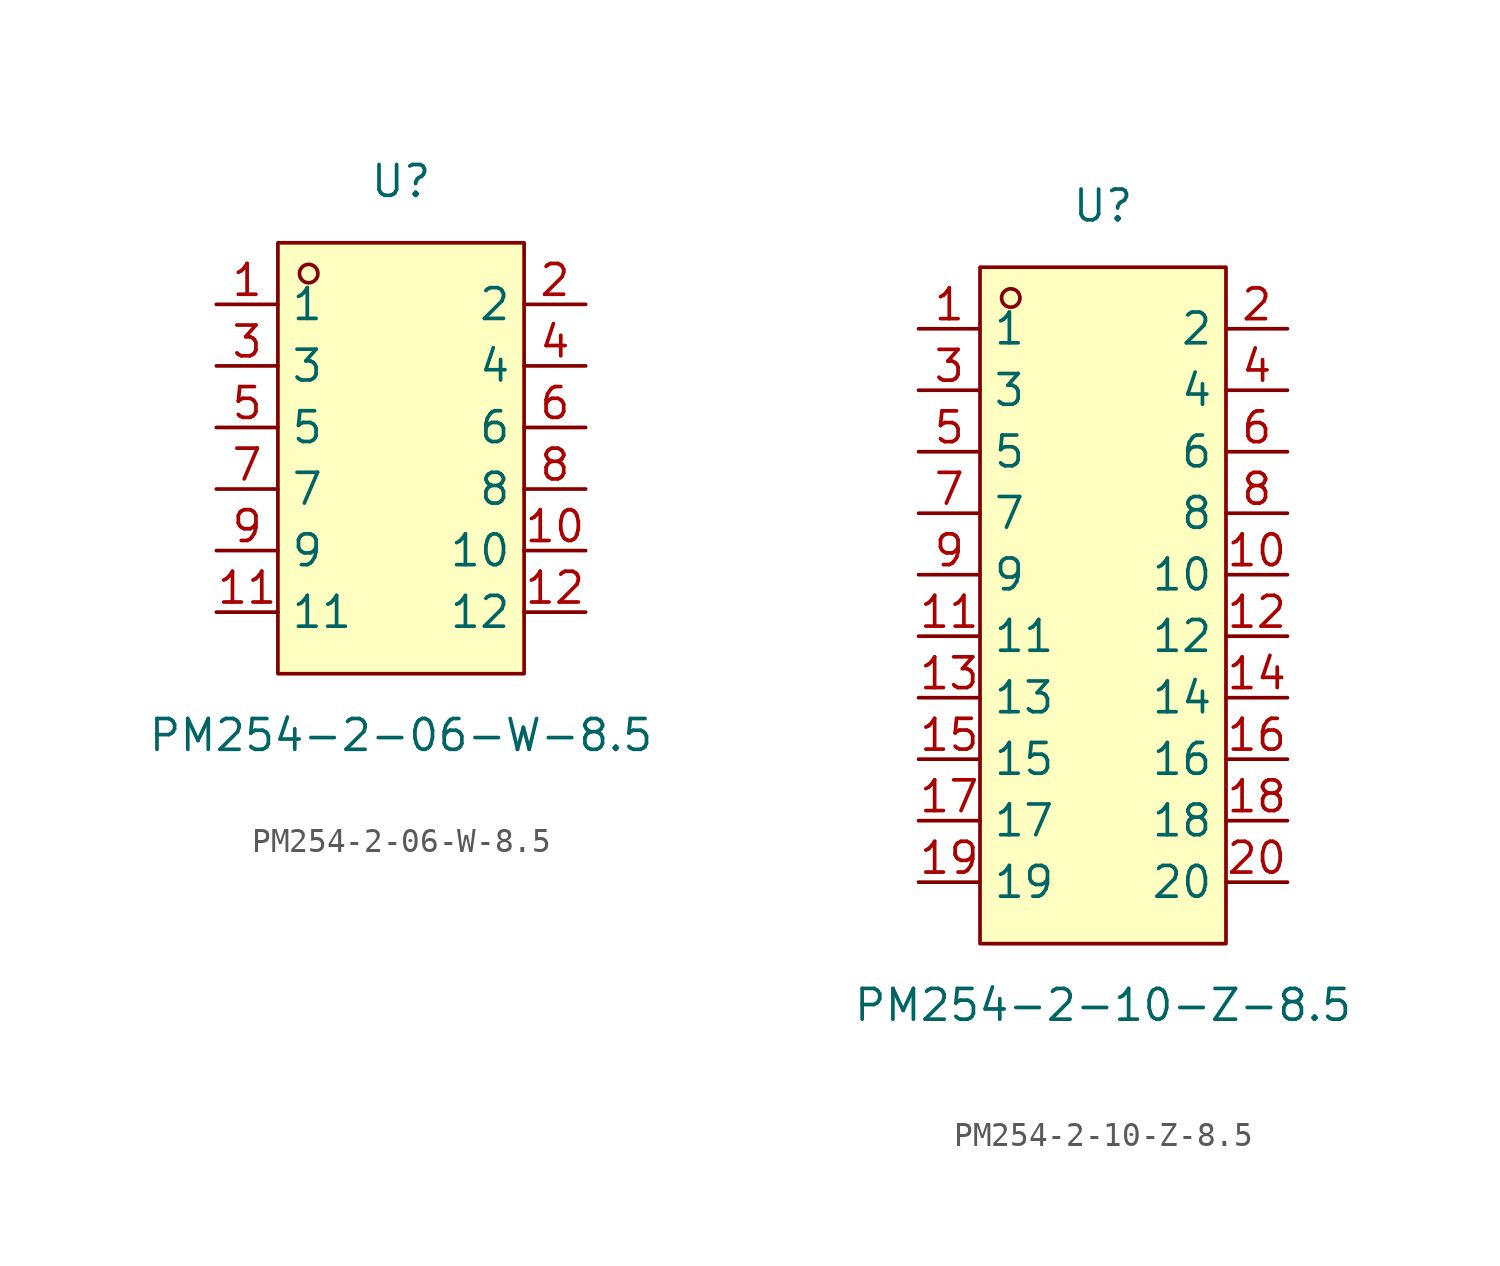
<source format=kicad_sym>
(kicad_symbol_lib
  (version 20211014)
  (generator https://github.com/uPesy/easyeda2kicad.py)
  (symbol "PM254-2-06-W-8.5"
    (property "Reference" "U"
      (at 0 11.43 0)
      (effects (font (size 1.27 1.27))))
    (property "Value" "PM254-2-06-W-8.5"
      (at 0 -11.43 0)
      (effects (font (size 1.27 1.27))))
    (symbol "PM254-2-06-W-8.5_0_1"
      (rectangle (start -5.08 8.89) (end 5.08 -8.89) (stroke (width 0) (type default) (color 0 0 0 0)) (fill (type background)))
      (circle (center -3.81 7.62) (radius 0.38) (stroke (width 0) (type default) (color 0 0 0 0)) (fill (type none)))
      (pin unspecified line (at -7.62 6.35 0) (length 2.54) (name "1" (effects (font (size 1.27 1.27)))) (number "1" (effects (font (size 1.27 1.27)))))
      (pin unspecified line (at 7.62 -6.35 180) (length 2.54) (name "12" (effects (font (size 1.27 1.27)))) (number "12" (effects (font (size 1.27 1.27)))))
      (pin unspecified line (at -7.62 3.81 0) (length 2.54) (name "3" (effects (font (size 1.27 1.27)))) (number "3" (effects (font (size 1.27 1.27)))))
      (pin unspecified line (at 7.62 -3.81 180) (length 2.54) (name "10" (effects (font (size 1.27 1.27)))) (number "10" (effects (font (size 1.27 1.27)))))
      (pin unspecified line (at -7.62 1.27 0) (length 2.54) (name "5" (effects (font (size 1.27 1.27)))) (number "5" (effects (font (size 1.27 1.27)))))
      (pin unspecified line (at 7.62 -1.27 180) (length 2.54) (name "8" (effects (font (size 1.27 1.27)))) (number "8" (effects (font (size 1.27 1.27)))))
      (pin unspecified line (at -7.62 -1.27 0) (length 2.54) (name "7" (effects (font (size 1.27 1.27)))) (number "7" (effects (font (size 1.27 1.27)))))
      (pin unspecified line (at 7.62 1.27 180) (length 2.54) (name "6" (effects (font (size 1.27 1.27)))) (number "6" (effects (font (size 1.27 1.27)))))
      (pin unspecified line (at -7.62 -3.81 0) (length 2.54) (name "9" (effects (font (size 1.27 1.27)))) (number "9" (effects (font (size 1.27 1.27)))))
      (pin unspecified line (at 7.62 3.81 180) (length 2.54) (name "4" (effects (font (size 1.27 1.27)))) (number "4" (effects (font (size 1.27 1.27)))))
      (pin unspecified line (at -7.62 -6.35 0) (length 2.54) (name "11" (effects (font (size 1.27 1.27)))) (number "11" (effects (font (size 1.27 1.27)))))
      (pin unspecified line (at 7.62 6.35 180) (length 2.54) (name "2" (effects (font (size 1.27 1.27)))) (number "2" (effects (font (size 1.27 1.27)))))))
  (symbol "PM254-2-10-Z-8.5"
    (property "Reference" "U"
      (at 0 16.51 0)
      (effects (font (size 1.27 1.27))))
    (property "Value" "PM254-2-10-Z-8.5"
      (at 0 -16.51 0)
      (effects (font (size 1.27 1.27))))
    (symbol "PM254-2-10-Z-8.5_0_1"
      (rectangle (start -5.08 13.97) (end 5.08 -13.97) (stroke (width 0) (type default) (color 0 0 0 0)) (fill (type background)))
      (circle (center -3.81 12.70) (radius 0.38) (stroke (width 0) (type default) (color 0 0 0 0)) (fill (type none)))
      (pin unspecified line (at -7.62 11.43 0) (length 2.54) (name "1" (effects (font (size 1.27 1.27)))) (number "1" (effects (font (size 1.27 1.27)))))
      (pin unspecified line (at 7.62 -11.43 180) (length 2.54) (name "20" (effects (font (size 1.27 1.27)))) (number "20" (effects (font (size 1.27 1.27)))))
      (pin unspecified line (at -7.62 8.89 0) (length 2.54) (name "3" (effects (font (size 1.27 1.27)))) (number "3" (effects (font (size 1.27 1.27)))))
      (pin unspecified line (at 7.62 -8.89 180) (length 2.54) (name "18" (effects (font (size 1.27 1.27)))) (number "18" (effects (font (size 1.27 1.27)))))
      (pin unspecified line (at -7.62 6.35 0) (length 2.54) (name "5" (effects (font (size 1.27 1.27)))) (number "5" (effects (font (size 1.27 1.27)))))
      (pin unspecified line (at 7.62 -6.35 180) (length 2.54) (name "16" (effects (font (size 1.27 1.27)))) (number "16" (effects (font (size 1.27 1.27)))))
      (pin unspecified line (at -7.62 3.81 0) (length 2.54) (name "7" (effects (font (size 1.27 1.27)))) (number "7" (effects (font (size 1.27 1.27)))))
      (pin unspecified line (at 7.62 -3.81 180) (length 2.54) (name "14" (effects (font (size 1.27 1.27)))) (number "14" (effects (font (size 1.27 1.27)))))
      (pin unspecified line (at -7.62 1.27 0) (length 2.54) (name "9" (effects (font (size 1.27 1.27)))) (number "9" (effects (font (size 1.27 1.27)))))
      (pin unspecified line (at 7.62 -1.27 180) (length 2.54) (name "12" (effects (font (size 1.27 1.27)))) (number "12" (effects (font (size 1.27 1.27)))))
      (pin unspecified line (at -7.62 -1.27 0) (length 2.54) (name "11" (effects (font (size 1.27 1.27)))) (number "11" (effects (font (size 1.27 1.27)))))
      (pin unspecified line (at 7.62 1.27 180) (length 2.54) (name "10" (effects (font (size 1.27 1.27)))) (number "10" (effects (font (size 1.27 1.27)))))
      (pin unspecified line (at -7.62 -3.81 0) (length 2.54) (name "13" (effects (font (size 1.27 1.27)))) (number "13" (effects (font (size 1.27 1.27)))))
      (pin unspecified line (at 7.62 3.81 180) (length 2.54) (name "8" (effects (font (size 1.27 1.27)))) (number "8" (effects (font (size 1.27 1.27)))))
      (pin unspecified line (at -7.62 -6.35 0) (length 2.54) (name "15" (effects (font (size 1.27 1.27)))) (number "15" (effects (font (size 1.27 1.27)))))
      (pin unspecified line (at 7.62 6.35 180) (length 2.54) (name "6" (effects (font (size 1.27 1.27)))) (number "6" (effects (font (size 1.27 1.27)))))
      (pin unspecified line (at -7.62 -8.89 0) (length 2.54) (name "17" (effects (font (size 1.27 1.27)))) (number "17" (effects (font (size 1.27 1.27)))))
      (pin unspecified line (at 7.62 8.89 180) (length 2.54) (name "4" (effects (font (size 1.27 1.27)))) (number "4" (effects (font (size 1.27 1.27)))))
      (pin unspecified line (at -7.62 -11.43 0) (length 2.54) (name "19" (effects (font (size 1.27 1.27)))) (number "19" (effects (font (size 1.27 1.27)))))
      (pin unspecified line (at 7.62 11.43 180) (length 2.54) (name "2" (effects (font (size 1.27 1.27)))) (number "2" (effects (font (size 1.27 1.27))))))))
</source>
